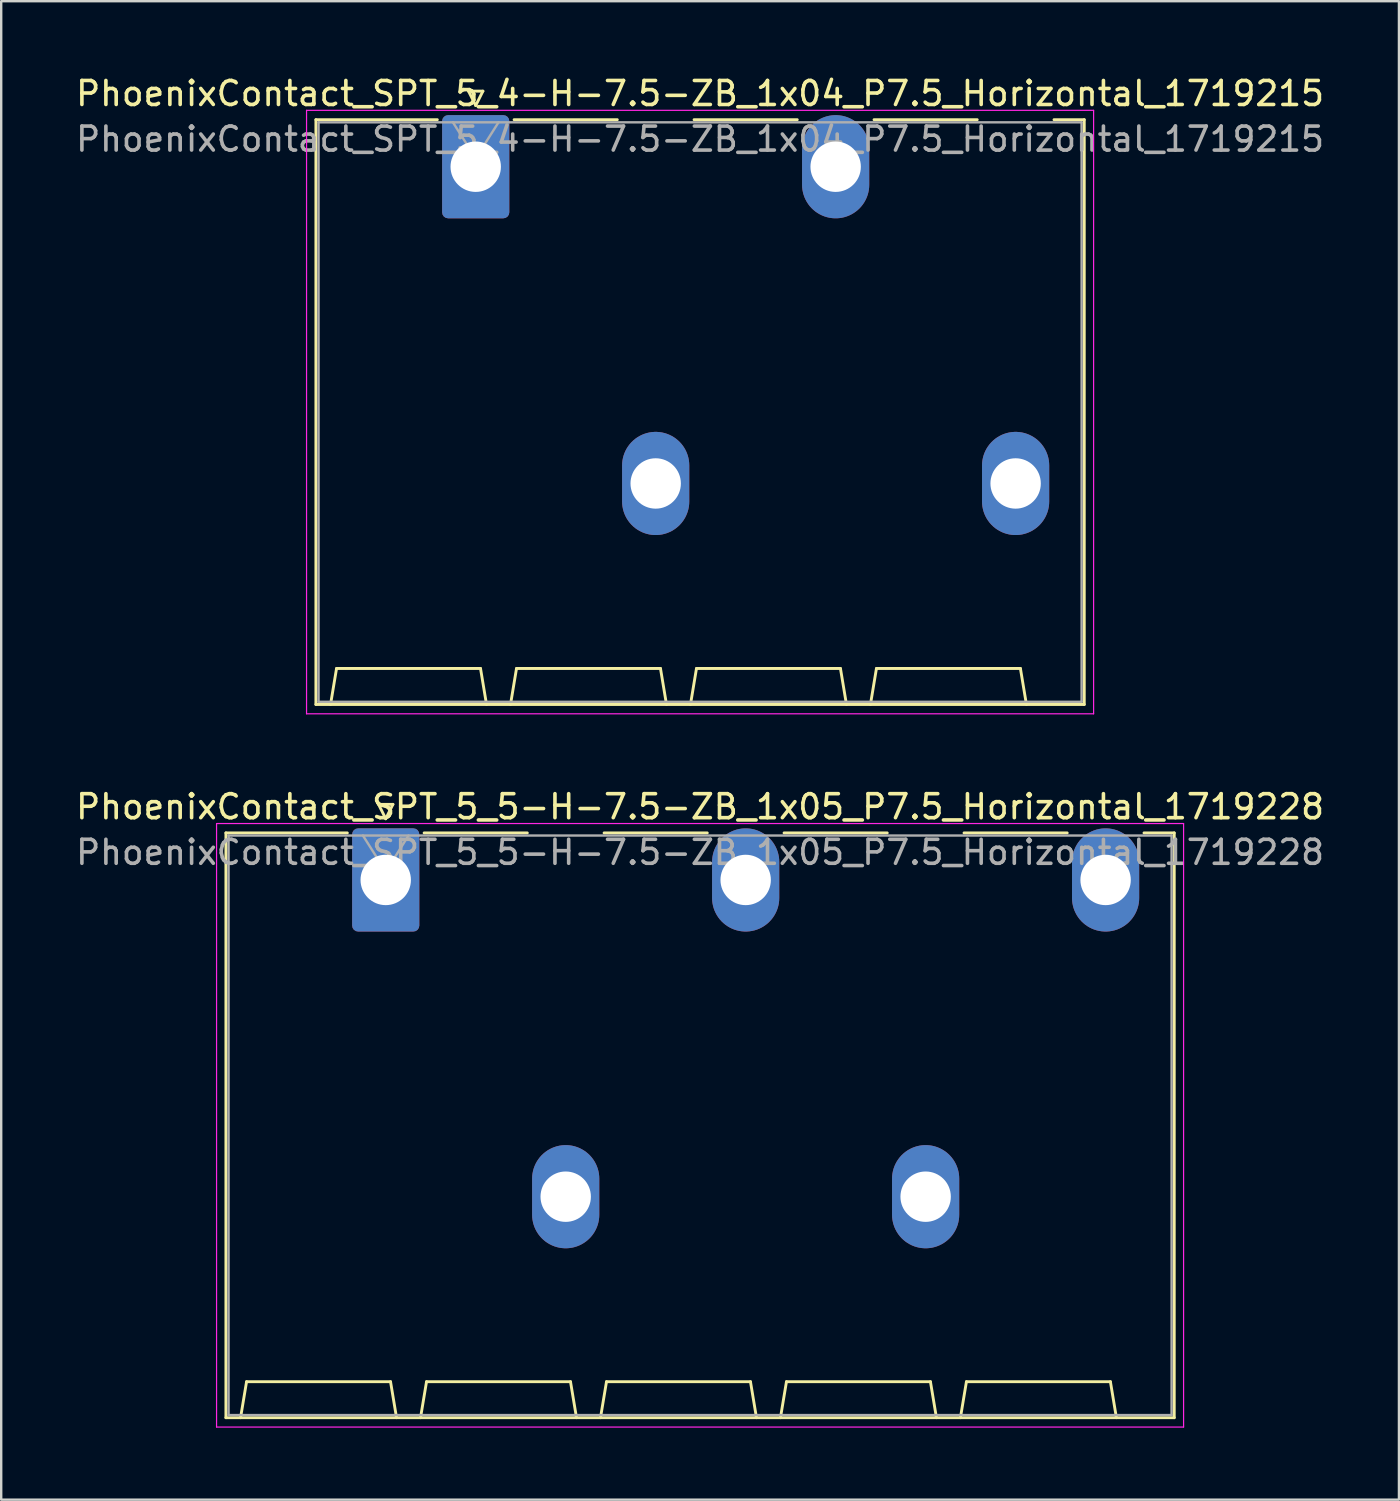
<source format=kicad_pcb>
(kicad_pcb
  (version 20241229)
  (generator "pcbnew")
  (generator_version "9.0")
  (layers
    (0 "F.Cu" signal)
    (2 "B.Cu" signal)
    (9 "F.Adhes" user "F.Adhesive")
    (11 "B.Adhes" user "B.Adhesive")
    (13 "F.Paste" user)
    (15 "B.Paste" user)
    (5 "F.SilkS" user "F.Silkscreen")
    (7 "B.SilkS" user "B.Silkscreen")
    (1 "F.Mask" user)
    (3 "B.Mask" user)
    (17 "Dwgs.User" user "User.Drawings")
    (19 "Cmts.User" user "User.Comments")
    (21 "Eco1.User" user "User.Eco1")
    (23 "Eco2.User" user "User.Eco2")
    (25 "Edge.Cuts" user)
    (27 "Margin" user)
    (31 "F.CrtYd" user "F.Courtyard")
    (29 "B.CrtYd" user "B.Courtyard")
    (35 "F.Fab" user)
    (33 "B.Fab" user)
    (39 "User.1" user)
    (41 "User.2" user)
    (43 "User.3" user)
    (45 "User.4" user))
  (footprint "PhoenixContact_SPT_5_4-H-7.5-ZB_1x04_P7.5_Horizontal_1719215"
    (layer "F.Cu")
    (at 16.775 3.898)
    (property "Reference" "PhoenixContact_SPT_5_4-H-7.5-ZB_1x04_P7.5_Horizontal_1719215" (at 9.35 -3.05 0) (layer "F.SilkS") (effects (font (size 1 1) (thickness 0.15))))
    (attr through_hole)
    (fp_line (start -6.66 -1.96) (end -1.6 -1.96) (stroke (width 0.12) (type solid)) (layer "F.SilkS"))
    (fp_line (start -6.66 22.41) (end -6.66 -1.96) (stroke (width 0.12) (type solid)) (layer "F.SilkS"))
    (fp_line (start -6.05 22.41) (end -5.8 20.91) (stroke (width 0.12) (type solid)) (layer "F.SilkS"))
    (fp_line (start -5.8 20.91) (end 0.2 20.91) (stroke (width 0.12) (type solid)) (layer "F.SilkS"))
    (fp_line (start -0.3 -3.15) (end 0 -2.55) (stroke (width 0.12) (type solid)) (layer "F.SilkS"))
    (fp_line (start -0.3 -3.15) (end 0.3 -3.15) (stroke (width 0.12) (type solid)) (layer "F.SilkS"))
    (fp_line (start 0.3 -3.15) (end 0 -2.55) (stroke (width 0.12) (type solid)) (layer "F.SilkS"))
    (fp_line (start 0.45 22.41) (end 0.2 20.91) (stroke (width 0.12) (type solid)) (layer "F.SilkS"))
    (fp_line (start 1.45 22.41) (end 1.7 20.91) (stroke (width 0.12) (type solid)) (layer "F.SilkS"))
    (fp_line (start 1.6 -1.96) (end 5.9 -1.96) (stroke (width 0.12) (type solid)) (layer "F.SilkS"))
    (fp_line (start 1.7 20.91) (end 7.7 20.91) (stroke (width 0.12) (type solid)) (layer "F.SilkS"))
    (fp_line (start 7.95 22.41) (end 7.7 20.91) (stroke (width 0.12) (type solid)) (layer "F.SilkS"))
    (fp_line (start 8.95 22.41) (end 9.2 20.91) (stroke (width 0.12) (type solid)) (layer "F.SilkS"))
    (fp_line (start 9.1 -1.96) (end 13.4 -1.96) (stroke (width 0.12) (type solid)) (layer "F.SilkS"))
    (fp_line (start 9.2 20.91) (end 15.2 20.91) (stroke (width 0.12) (type solid)) (layer "F.SilkS"))
    (fp_line (start 15.45 22.41) (end 15.2 20.91) (stroke (width 0.12) (type solid)) (layer "F.SilkS"))
    (fp_line (start 16.45 22.41) (end 16.7 20.91) (stroke (width 0.12) (type solid)) (layer "F.SilkS"))
    (fp_line (start 16.6 -1.96) (end 20.9 -1.96) (stroke (width 0.12) (type solid)) (layer "F.SilkS"))
    (fp_line (start 16.7 20.91) (end 22.7 20.91) (stroke (width 0.12) (type solid)) (layer "F.SilkS"))
    (fp_line (start 22.95 22.41) (end 22.7 20.91) (stroke (width 0.12) (type solid)) (layer "F.SilkS"))
    (fp_line (start 24.1 -1.96) (end 25.36 -1.96) (stroke (width 0.12) (type solid)) (layer "F.SilkS"))
    (fp_line (start 25.36 -1.96) (end 25.36 22.41) (stroke (width 0.12) (type solid)) (layer "F.SilkS"))
    (fp_line (start 25.36 22.41) (end -6.66 22.41) (stroke (width 0.12) (type solid)) (layer "F.SilkS"))
    (fp_line (start -7.05 -2.35) (end -7.05 22.8) (stroke (width 0.05) (type solid)) (layer "F.CrtYd"))
    (fp_line (start -7.05 22.8) (end 25.75 22.8) (stroke (width 0.05) (type solid)) (layer "F.CrtYd"))
    (fp_line (start 25.75 -2.35) (end -7.05 -2.35) (stroke (width 0.05) (type solid)) (layer "F.CrtYd"))
    (fp_line (start 25.75 22.8) (end 25.75 -2.35) (stroke (width 0.05) (type solid)) (layer "F.CrtYd"))
    (fp_line (start -6.55 -1.85) (end -6.55 22.3) (stroke (width 0.1) (type solid)) (layer "F.Fab"))
    (fp_line (start -6.55 22.3) (end 25.25 22.3) (stroke (width 0.1) (type solid)) (layer "F.Fab"))
    (fp_line (start -0.95 -1.85) (end 0 -0.35) (stroke (width 0.1) (type solid)) (layer "F.Fab"))
    (fp_line (start 0.95 -1.85) (end 0 -0.35) (stroke (width 0.1) (type solid)) (layer "F.Fab"))
    (fp_line (start 25.25 -1.85) (end -6.55 -1.85) (stroke (width 0.1) (type solid)) (layer "F.Fab"))
    (fp_line (start 25.25 22.3) (end 25.25 -1.85) (stroke (width 0.1) (type solid)) (layer "F.Fab"))
    (fp_text user "${REFERENCE}" (at 9.35 -1.15 0) (layer "F.Fab") (effects (font (size 1 1) (thickness 0.15))))
    (pad "1" thru_hole roundrect (at 0 0) (size 2.8 4.3) (drill 2.1) (layers "*.Cu" "*.Mask") (roundrect_rratio 0.089))
    (pad "2" thru_hole oval (at 7.5 13.2) (size 2.8 4.3) (drill 2.1) (layers "*.Cu" "*.Mask"))
    (pad "3" thru_hole oval (at 15 0) (size 2.8 4.3) (drill 2.1) (layers "*.Cu" "*.Mask"))
    (pad "4" thru_hole oval (at 22.5 13.2) (size 2.8 4.3) (drill 2.1) (layers "*.Cu" "*.Mask")))
  (footprint "PhoenixContact_SPT_5_5-H-7.5-ZB_1x05_P7.5_Horizontal_1719228"
    (layer "F.Cu")
    (at 13.025 33.621)
    (property "Reference" "PhoenixContact_SPT_5_5-H-7.5-ZB_1x05_P7.5_Horizontal_1719228" (at 13.1 -3.05 0) (layer "F.SilkS") (effects (font (size 1 1) (thickness 0.15))))
    (attr through_hole)
    (fp_line (start -6.66 -1.96) (end -1.6 -1.96) (stroke (width 0.12) (type solid)) (layer "F.SilkS"))
    (fp_line (start -6.66 22.41) (end -6.66 -1.96) (stroke (width 0.12) (type solid)) (layer "F.SilkS"))
    (fp_line (start -6.05 22.41) (end -5.8 20.91) (stroke (width 0.12) (type solid)) (layer "F.SilkS"))
    (fp_line (start -5.8 20.91) (end 0.2 20.91) (stroke (width 0.12) (type solid)) (layer "F.SilkS"))
    (fp_line (start -0.3 -3.15) (end 0 -2.55) (stroke (width 0.12) (type solid)) (layer "F.SilkS"))
    (fp_line (start -0.3 -3.15) (end 0.3 -3.15) (stroke (width 0.12) (type solid)) (layer "F.SilkS"))
    (fp_line (start 0.3 -3.15) (end 0 -2.55) (stroke (width 0.12) (type solid)) (layer "F.SilkS"))
    (fp_line (start 0.45 22.41) (end 0.2 20.91) (stroke (width 0.12) (type solid)) (layer "F.SilkS"))
    (fp_line (start 1.45 22.41) (end 1.7 20.91) (stroke (width 0.12) (type solid)) (layer "F.SilkS"))
    (fp_line (start 1.6 -1.96) (end 5.9 -1.96) (stroke (width 0.12) (type solid)) (layer "F.SilkS"))
    (fp_line (start 1.7 20.91) (end 7.7 20.91) (stroke (width 0.12) (type solid)) (layer "F.SilkS"))
    (fp_line (start 7.95 22.41) (end 7.7 20.91) (stroke (width 0.12) (type solid)) (layer "F.SilkS"))
    (fp_line (start 8.95 22.41) (end 9.2 20.91) (stroke (width 0.12) (type solid)) (layer "F.SilkS"))
    (fp_line (start 9.1 -1.96) (end 13.4 -1.96) (stroke (width 0.12) (type solid)) (layer "F.SilkS"))
    (fp_line (start 9.2 20.91) (end 15.2 20.91) (stroke (width 0.12) (type solid)) (layer "F.SilkS"))
    (fp_line (start 15.45 22.41) (end 15.2 20.91) (stroke (width 0.12) (type solid)) (layer "F.SilkS"))
    (fp_line (start 16.45 22.41) (end 16.7 20.91) (stroke (width 0.12) (type solid)) (layer "F.SilkS"))
    (fp_line (start 16.6 -1.96) (end 20.9 -1.96) (stroke (width 0.12) (type solid)) (layer "F.SilkS"))
    (fp_line (start 16.7 20.91) (end 22.7 20.91) (stroke (width 0.12) (type solid)) (layer "F.SilkS"))
    (fp_line (start 22.95 22.41) (end 22.7 20.91) (stroke (width 0.12) (type solid)) (layer "F.SilkS"))
    (fp_line (start 23.95 22.41) (end 24.2 20.91) (stroke (width 0.12) (type solid)) (layer "F.SilkS"))
    (fp_line (start 24.1 -1.96) (end 28.4 -1.96) (stroke (width 0.12) (type solid)) (layer "F.SilkS"))
    (fp_line (start 24.2 20.91) (end 30.2 20.91) (stroke (width 0.12) (type solid)) (layer "F.SilkS"))
    (fp_line (start 30.45 22.41) (end 30.2 20.91) (stroke (width 0.12) (type solid)) (layer "F.SilkS"))
    (fp_line (start 31.6 -1.96) (end 32.86 -1.96) (stroke (width 0.12) (type solid)) (layer "F.SilkS"))
    (fp_line (start 32.86 -1.96) (end 32.86 22.41) (stroke (width 0.12) (type solid)) (layer "F.SilkS"))
    (fp_line (start 32.86 22.41) (end -6.66 22.41) (stroke (width 0.12) (type solid)) (layer "F.SilkS"))
    (fp_line (start -7.05 -2.35) (end -7.05 22.8) (stroke (width 0.05) (type solid)) (layer "F.CrtYd"))
    (fp_line (start -7.05 22.8) (end 33.25 22.8) (stroke (width 0.05) (type solid)) (layer "F.CrtYd"))
    (fp_line (start 33.25 -2.35) (end -7.05 -2.35) (stroke (width 0.05) (type solid)) (layer "F.CrtYd"))
    (fp_line (start 33.25 22.8) (end 33.25 -2.35) (stroke (width 0.05) (type solid)) (layer "F.CrtYd"))
    (fp_line (start -6.55 -1.85) (end -6.55 22.3) (stroke (width 0.1) (type solid)) (layer "F.Fab"))
    (fp_line (start -6.55 22.3) (end 32.75 22.3) (stroke (width 0.1) (type solid)) (layer "F.Fab"))
    (fp_line (start -0.95 -1.85) (end 0 -0.35) (stroke (width 0.1) (type solid)) (layer "F.Fab"))
    (fp_line (start 0.95 -1.85) (end 0 -0.35) (stroke (width 0.1) (type solid)) (layer "F.Fab"))
    (fp_line (start 32.75 -1.85) (end -6.55 -1.85) (stroke (width 0.1) (type solid)) (layer "F.Fab"))
    (fp_line (start 32.75 22.3) (end 32.75 -1.85) (stroke (width 0.1) (type solid)) (layer "F.Fab"))
    (fp_text user "${REFERENCE}" (at 13.1 -1.15 0) (layer "F.Fab") (effects (font (size 1 1) (thickness 0.15))))
    (pad "1" thru_hole roundrect (at 0 0) (size 2.8 4.3) (drill 2.1) (layers "*.Cu" "*.Mask") (roundrect_rratio 0.089))
    (pad "2" thru_hole oval (at 7.5 13.2) (size 2.8 4.3) (drill 2.1) (layers "*.Cu" "*.Mask"))
    (pad "3" thru_hole oval (at 15 0) (size 2.8 4.3) (drill 2.1) (layers "*.Cu" "*.Mask"))
    (pad "4" thru_hole oval (at 22.5 13.2) (size 2.8 4.3) (drill 2.1) (layers "*.Cu" "*.Mask"))
    (pad "5" thru_hole oval (at 30 0) (size 2.8 4.3) (drill 2.1) (layers "*.Cu" "*.Mask")))
  (gr_rect
    (start -3 -3)
    (end 55.25 59.447)
    (stroke (width 0.1) (type default))
    (fill no)
    (layer "Edge.Cuts")))
</source>
